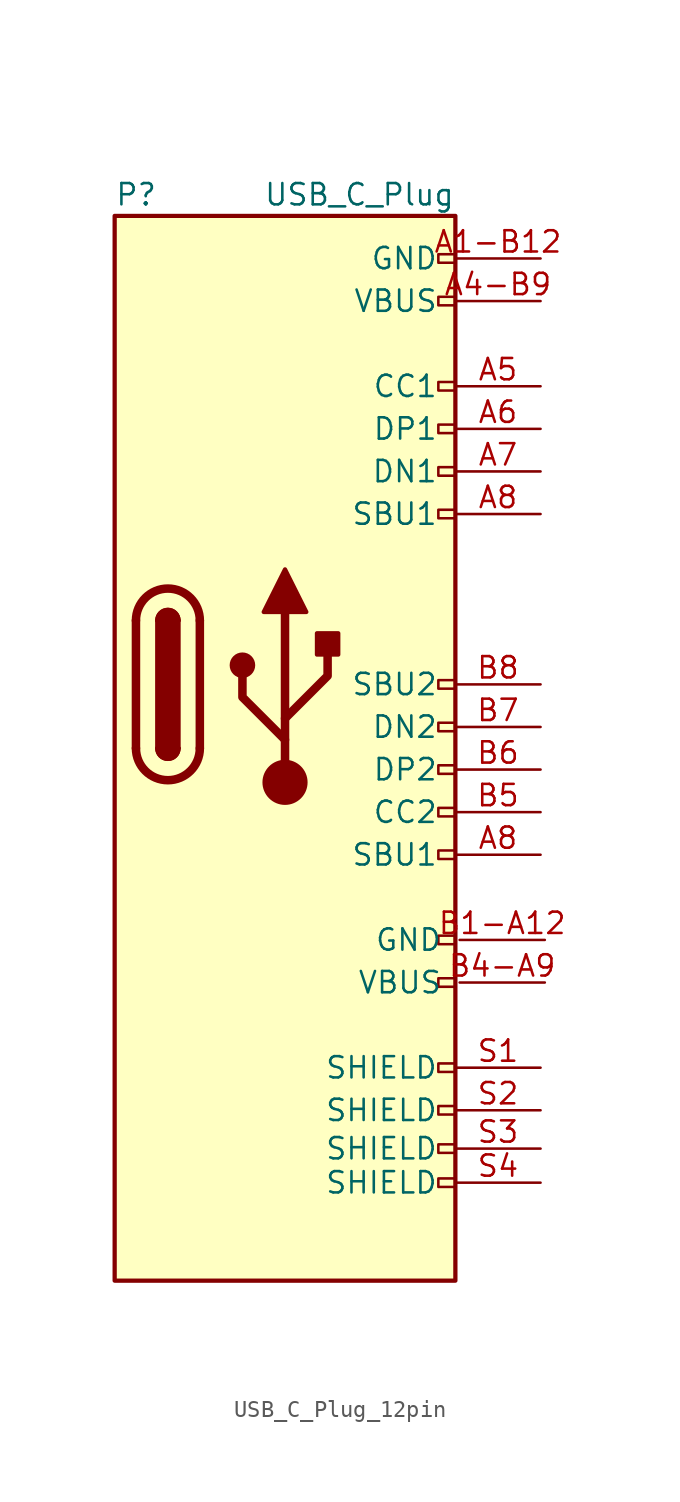
<source format=kicad_sym>
(kicad_symbol_lib
  (version 20220914)
  (generator kicad_symbol_editor)
  (symbol "USB_C_Plug_12pin"
    (pin_names
      (offset 1.016))
    (property "Reference" "P"
      (at -10.16 29.21 0)
      (effects (font (size 1.27 1.27)) (justify left)))
    (property "Value" "USB_C_Plug"
      (at 10.16 29.21 0)
      (effects (font (size 1.27 1.27)) (justify right)))
    (symbol "USB_C_Plug_12pin_0_0"
      (rectangle (start 9.144 -29.464) (end 10.16 -29.972) (stroke (width 0) (type default)) (fill (type none)))
      (rectangle (start 9.144 -27.432) (end 10.16 -27.94) (stroke (width 0) (type default)) (fill (type none)))
      (rectangle (start 9.144 -4.826) (end 10.16 -5.334) (stroke (width 0) (type default)) (fill (type none)))
      (rectangle (start 9.144 10.414) (end 10.16 9.906) (stroke (width 0) (type default)) (fill (type none)))
      (rectangle (start 9.144 12.954) (end 10.16 12.446) (stroke (width 0) (type default)) (fill (type none)))
      (rectangle (start 9.144 15.494) (end 10.16 14.986) (stroke (width 0) (type default)) (fill (type none)))
      (rectangle (start 9.144 23.114) (end 10.16 22.606) (stroke (width 0) (type default)) (fill (type none)))
      (rectangle (start 10.16 -25.146) (end 9.144 -25.654) (stroke (width 0) (type default)) (fill (type none)))
      (rectangle (start 10.16 -22.606) (end 9.144 -23.114) (stroke (width 0) (type default)) (fill (type none)))
      (rectangle (start 10.16 -17.526) (end 9.144 -18.034) (stroke (width 0) (type default)) (fill (type none)))
      (rectangle (start 10.16 -14.986) (end 9.144 -15.494) (stroke (width 0) (type default)) (fill (type none)))
      (rectangle (start 10.16 -9.906) (end 9.144 -10.414) (stroke (width 0) (type default)) (fill (type none)))
      (rectangle (start 10.16 -7.366) (end 9.144 -7.874) (stroke (width 0) (type default)) (fill (type none)))
      (rectangle (start 10.16 -2.286) (end 9.144 -2.794) (stroke (width 0) (type default)) (fill (type none)))
      (rectangle (start 10.16 0.254) (end 9.144 -0.254) (stroke (width 0) (type default)) (fill (type none)))
      (rectangle (start 10.16 18.034) (end 9.144 17.526) (stroke (width 0) (type default)) (fill (type none)))
      (rectangle (start 10.16 25.654) (end 9.144 25.146) (stroke (width 0) (type default)) (fill (type none))))
    (symbol "USB_C_Plug_12pin_0_1"
      (rectangle (start -10.16 27.94) (end 10.16 -35.56) (stroke (width 0.254) (type default)) (fill (type background)))
      (arc (start -8.89 -3.81) (mid -6.985 -5.7067) (end -5.08 -3.81) (stroke (width 0.508) (type default)) (fill (type none)))
      (arc (start -7.62 -3.81) (mid -6.985 -4.4423) (end -6.35 -3.81) (stroke (width 0.254) (type default)) (fill (type none)))
      (arc (start -7.62 -3.81) (mid -6.985 -4.4423) (end -6.35 -3.81) (stroke (width 0.254) (type default)) (fill (type outline)))
      (rectangle (start -7.62 -3.81) (end -6.35 3.81) (stroke (width 0.254) (type default)) (fill (type outline)))
      (arc (start -6.35 3.81) (mid -6.985 4.4423) (end -7.62 3.81) (stroke (width 0.254) (type default)) (fill (type none)))
      (arc (start -6.35 3.81) (mid -6.985 4.4423) (end -7.62 3.81) (stroke (width 0.254) (type default)) (fill (type outline)))
      (arc (start -5.08 3.81) (mid -6.985 5.7067) (end -8.89 3.81) (stroke (width 0.508) (type default)) (fill (type none)))
      (polyline (pts (xy -8.89 -3.81) (xy -8.89 3.81)) (stroke (width 0.508) (type default)) (fill (type none)))
      (polyline (pts (xy -5.08 3.81) (xy -5.08 -3.81)) (stroke (width 0.508) (type default)) (fill (type none))))
    (symbol "USB_C_Plug_12pin_1_1"
      (circle (center -2.54 1.143) (radius 0.635) (stroke (width 0.254) (type default)) (fill (type outline)))
      (circle (center 0 -5.842) (radius 1.27) (stroke (width 0) (type default)) (fill (type outline)))
      (polyline (pts (xy 0 -5.842) (xy 0 4.318)) (stroke (width 0.508) (type default)) (fill (type none)))
      (polyline (pts (xy 0 -3.302) (xy -2.54 -0.762) (xy -2.54 0.508)) (stroke (width 0.508) (type default)) (fill (type none)))
      (polyline (pts (xy 0 -2.032) (xy 2.54 0.508) (xy 2.54 1.778)) (stroke (width 0.508) (type default)) (fill (type none)))
      (polyline (pts (xy -1.27 4.318) (xy 0 6.858) (xy 1.27 4.318) (xy -1.27 4.318)) (stroke (width 0.254) (type default)) (fill (type outline)))
      (rectangle (start 1.905 1.778) (end 3.175 3.048) (stroke (width 0.254) (type default)) (fill (type outline)))
      (pin passive line (at 15.24 25.4 180) (length 5.08) (name "GND" (effects (font (size 1.27 1.27)))) (number "A1-B12" (effects (font (size 1.27 1.27)))))
      (pin bidirectional line (at 15.24 22.86 180) (length 5.08) (name "VBUS" (effects (font (size 1.27 1.27)))) (number "A4-B9" (effects (font (size 1.27 1.27)))))
      (pin bidirectional line (at 15.24 17.78 180) (length 5.08) (name "CC1" (effects (font (size 1.27 1.27)))) (number "A5" (effects (font (size 1.27 1.27)))))
      (pin bidirectional line (at 15.24 15.24 180) (length 5.08) (name "DP1" (effects (font (size 1.27 1.27)))) (number "A6" (effects (font (size 1.27 1.27)))))
      (pin bidirectional line (at 15.24 12.7 180) (length 5.08) (name "DN1" (effects (font (size 1.27 1.27)))) (number "A7" (effects (font (size 1.27 1.27)))))
      (pin bidirectional line (at 15.24 -10.16 180) (length 5.08) (name "SBU1" (effects (font (size 1.27 1.27)))) (number "A8" (effects (font (size 1.27 1.27)))))
      (pin bidirectional line (at 15.24 10.16 180) (length 5.08) (name "SBU1" (effects (font (size 1.27 1.27)))) (number "A8" (effects (font (size 1.27 1.27)))))
      (pin passive line (at 15.494 -15.24 180) (length 5.08) (name "GND" (effects (font (size 1.27 1.27)))) (number "B1-A12" (effects (font (size 1.27 1.27)))))
      (pin bidirectional line (at 15.494 -17.78 180) (length 5.08) (name "VBUS" (effects (font (size 1.27 1.27)))) (number "B4-A9" (effects (font (size 1.27 1.27)))))
      (pin bidirectional line (at 15.24 -7.62 180) (length 5.08) (name "CC2" (effects (font (size 1.27 1.27)))) (number "B5" (effects (font (size 1.27 1.27)))))
      (pin bidirectional line (at 15.24 -5.08 180) (length 5.08) (name "DP2" (effects (font (size 1.27 1.27)))) (number "B6" (effects (font (size 1.27 1.27)))))
      (pin bidirectional line (at 15.24 -2.54 180) (length 5.08) (name "DN2" (effects (font (size 1.27 1.27)))) (number "B7" (effects (font (size 1.27 1.27)))))
      (pin bidirectional line (at 15.24 0 180) (length 5.08) (name "SBU2" (effects (font (size 1.27 1.27)))) (number "B8" (effects (font (size 1.27 1.27)))))
      (pin passive line (at 15.24 -22.86 180) (length 5.08) (name "SHIELD" (effects (font (size 1.27 1.27)))) (number "S1" (effects (font (size 1.27 1.27)))))
      (pin passive line (at 15.24 -25.4 180) (length 5.08) (name "SHIELD" (effects (font (size 1.27 1.27)))) (number "S2" (effects (font (size 1.27 1.27)))))
      (pin passive line (at 15.24 -27.686 180) (length 5.08) (name "SHIELD" (effects (font (size 1.27 1.27)))) (number "S3" (effects (font (size 1.27 1.27)))))
      (pin passive line (at 15.24 -29.718 180) (length 5.08) (name "SHIELD" (effects (font (size 1.27 1.27)))) (number "S4" (effects (font (size 1.27 1.27))))))))
</source>
